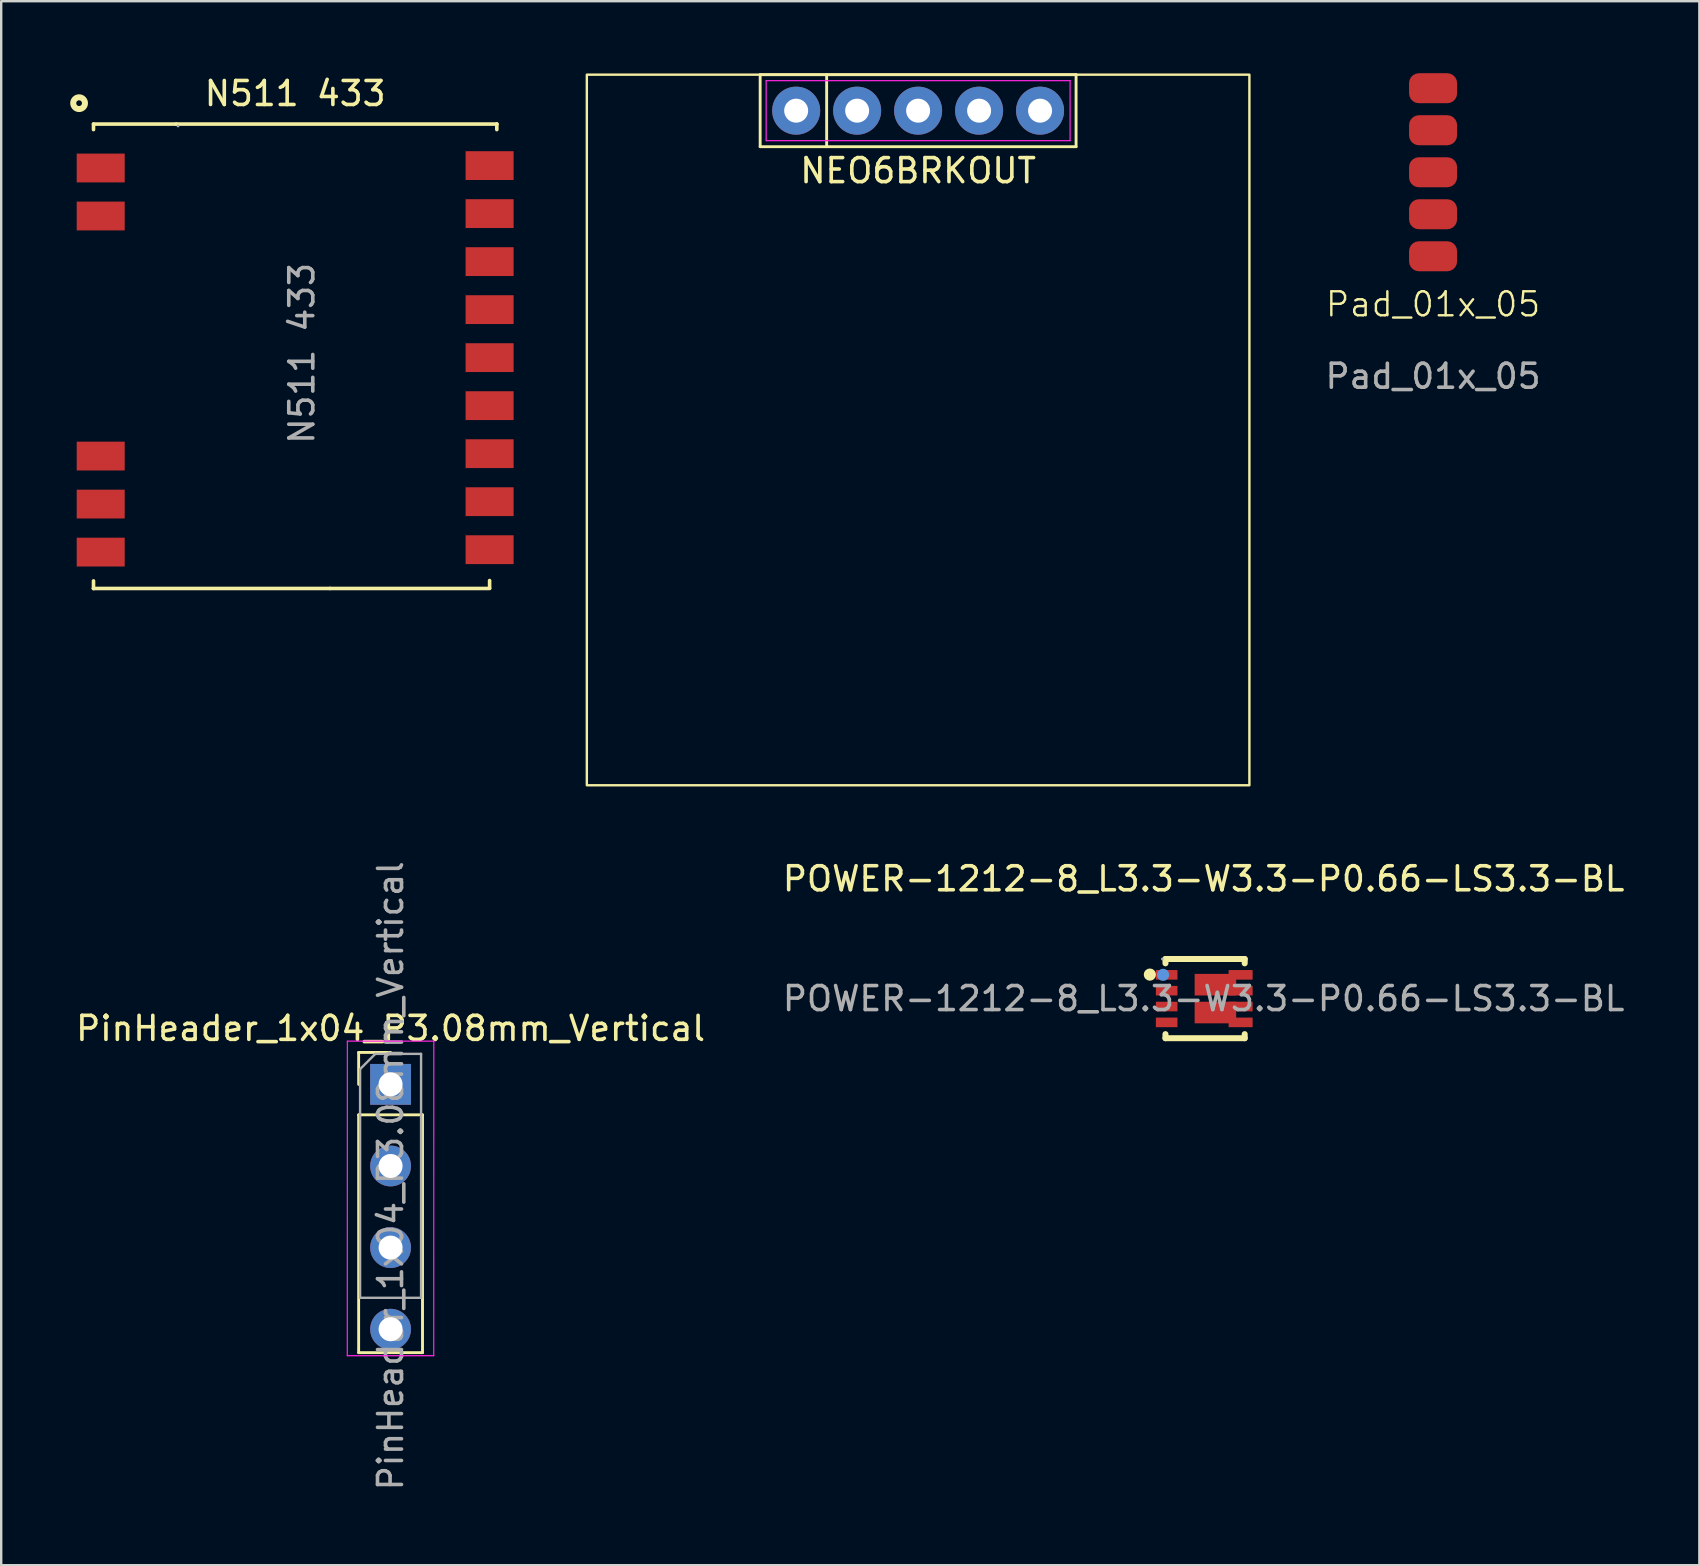
<source format=kicad_pcb>
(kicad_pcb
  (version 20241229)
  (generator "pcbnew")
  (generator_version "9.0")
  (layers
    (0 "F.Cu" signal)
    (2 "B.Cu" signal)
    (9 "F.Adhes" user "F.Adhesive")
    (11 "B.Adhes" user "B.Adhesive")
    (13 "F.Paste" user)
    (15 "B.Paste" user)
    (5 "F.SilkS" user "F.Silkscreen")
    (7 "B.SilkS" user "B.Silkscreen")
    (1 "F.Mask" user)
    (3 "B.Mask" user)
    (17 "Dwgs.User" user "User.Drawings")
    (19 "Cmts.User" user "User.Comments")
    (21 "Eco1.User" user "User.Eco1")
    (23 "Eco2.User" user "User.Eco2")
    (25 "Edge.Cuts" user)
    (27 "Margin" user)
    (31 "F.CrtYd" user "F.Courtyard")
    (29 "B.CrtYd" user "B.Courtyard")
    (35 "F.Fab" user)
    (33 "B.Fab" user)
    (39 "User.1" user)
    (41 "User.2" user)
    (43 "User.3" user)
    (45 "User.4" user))
  (footprint "PinHeader_1x04_P3.08mm_Vertical"
    (layer "F.Cu")
    (at 13.22 42.12)
    (property "Reference" "PinHeader_1x04_P3.08mm_Vertical" (at 0 -2.33 0) (layer "F.SilkS") (effects (font (size 1 1) (thickness 0.15))))
    (attr through_hole)
    (fp_line (start -1.33 -1.33) (end 0 -1.33) (stroke (width 0.12) (type solid)) (layer "F.SilkS"))
    (fp_line (start -1.33 0) (end -1.33 -1.33) (stroke (width 0.12) (type solid)) (layer "F.SilkS"))
    (fp_line (start -1.33 1.27) (end -1.33 11.176) (stroke (width 0.12) (type solid)) (layer "F.SilkS"))
    (fp_line (start -1.33 1.27) (end 1.33 1.27) (stroke (width 0.12) (type solid)) (layer "F.SilkS"))
    (fp_line (start -1.33 11.176) (end 1.33 11.176) (stroke (width 0.12) (type solid)) (layer "F.SilkS"))
    (fp_line (start 1.33 1.27) (end 1.33 11.176) (stroke (width 0.12) (type solid)) (layer "F.SilkS"))
    (fp_line (start -1.803 11.303) (end 1.797 11.303) (stroke (width 0.05) (type solid)) (layer "F.CrtYd"))
    (fp_line (start -1.8 -1.8) (end -1.803 11.303) (stroke (width 0.05) (type solid)) (layer "F.CrtYd"))
    (fp_line (start 1.797 11.303) (end 1.8 -1.8) (stroke (width 0.05) (type solid)) (layer "F.CrtYd"))
    (fp_line (start 1.8 -1.8) (end -1.8 -1.8) (stroke (width 0.05) (type solid)) (layer "F.CrtYd"))
    (fp_line (start -1.27 -0.635) (end -0.635 -1.27) (stroke (width 0.1) (type solid)) (layer "F.Fab"))
    (fp_line (start -1.27 8.89) (end -1.27 -0.635) (stroke (width 0.1) (type solid)) (layer "F.Fab"))
    (fp_line (start -0.635 -1.27) (end 1.27 -1.27) (stroke (width 0.1) (type solid)) (layer "F.Fab"))
    (fp_line (start 1.27 -1.27) (end 1.27 8.89) (stroke (width 0.1) (type solid)) (layer "F.Fab"))
    (fp_line (start 1.27 8.89) (end -1.27 8.89) (stroke (width 0.1) (type solid)) (layer "F.Fab"))
    (fp_text user "${REFERENCE}" (at 0 3.81 90) (layer "F.Fab") (effects (font (size 1 1) (thickness 0.15))))
    (pad "1" thru_hole rect (at 0 0) (size 1.7 1.7) (drill 1) (layers "*.Cu" "*.Mask"))
    (pad "2" thru_hole oval (at 0 3.4) (size 1.7 1.7) (drill 1) (layers "*.Cu" "*.Mask"))
    (pad "3" thru_hole oval (at 0 6.8) (size 1.7 1.7) (drill 1) (layers "*.Cu" "*.Mask"))
    (pad "4" thru_hole oval (at 0 10.2) (size 1.7 1.7) (drill 1) (layers "*.Cu" "*.Mask")))
  (footprint "Pad_01x_05"
    (layer "F.Cu")
    (at 56.646 10.125)
    (property "Reference" "Pad_01x_05" (at 0 -0.5 0) (unlocked yes) (layer "F.SilkS") (effects (font (size 1 1) (thickness 0.1))))
    (attr smd)
    (fp_text user "${REFERENCE}" (at 0 2.5 0) (unlocked yes) (layer "F.Fab") (effects (font (size 1 1) (thickness 0.15))))
    (pad "1" smd roundrect (at 0 -2.5) (size 2 1.25) (layers "F.Cu" "F.Mask" "F.Paste") (roundrect_rratio 0.328))
    (pad "2" smd roundrect (at 0 -4.25) (size 2 1.25) (layers "F.Cu" "F.Mask" "F.Paste") (roundrect_rratio 0.328))
    (pad "3" smd roundrect (at 0 -6) (size 2 1.25) (layers "F.Cu" "F.Mask" "F.Paste") (roundrect_rratio 0.328))
    (pad "4" smd roundrect (at 0 -7.75) (size 2 1.25) (layers "F.Cu" "F.Mask" "F.Paste") (roundrect_rratio 0.328))
    (pad "5" smd roundrect (at 0 -9.5) (size 2 1.25) (layers "F.Cu" "F.Mask" "F.Paste") (roundrect_rratio 0.328)))
  (footprint "POWER-1212-8_L3.3-W3.3-P0.66-LS3.3-BL"
    (layer "F.Cu")
    (at 47.089 38.548)
    (property "Reference" "POWER-1212-8_L3.3-W3.3-P0.66-LS3.3-BL" (at 0 -4.99 0) (layer "F.SilkS") (effects (font (size 1 1) (thickness 0.15))))
    (attr smd)
    (fp_line (start -1.59 -1.65) (end -1.59 -1.47) (stroke (width 0.25) (type solid)) (layer "F.SilkS"))
    (fp_line (start -1.59 -1.65) (end 1.71 -1.65) (stroke (width 0.25) (type solid)) (layer "F.SilkS"))
    (fp_line (start -1.59 1.48) (end -1.59 1.65) (stroke (width 0.25) (type solid)) (layer "F.SilkS"))
    (fp_line (start -1.59 1.65) (end 1.71 1.65) (stroke (width 0.25) (type solid)) (layer "F.SilkS"))
    (fp_line (start 1.71 -1.65) (end 1.71 -1.47) (stroke (width 0.25) (type solid)) (layer "F.SilkS"))
    (fp_line (start 1.71 1.48) (end 1.71 1.65) (stroke (width 0.25) (type solid)) (layer "F.SilkS"))
    (fp_circle (center -2.24 -1) (end -2.11 -1) (stroke (width 0.25) (type solid)) (fill no) (layer "F.SilkS"))
    (fp_circle (center -1.69 -0.99) (end -1.56 -0.99) (stroke (width 0.25) (type solid)) (fill no) (layer "Cmts.User"))
    (fp_circle (center -1.72 -1.65) (end -1.69 -1.65) (stroke (width 0.06) (type solid)) (fill no) (layer "F.Fab"))
    (fp_text user "${REFERENCE}" (at 0 0 0) (layer "F.Fab") (effects (font (size 1 1) (thickness 0.15))))
    (pad "1" smd rect (at -1.54 -0.99) (size 0.9 0.4) (layers "F.Cu" "F.Mask" "F.Paste"))
    (pad "2" smd rect (at -1.54 -0.33) (size 0.9 0.4) (layers "F.Cu" "F.Mask" "F.Paste"))
    (pad "3" smd rect (at -1.54 0.33) (size 0.9 0.4) (layers "F.Cu" "F.Mask" "F.Paste"))
    (pad "4" smd rect (at -1.54 0.99) (size 0.9 0.4) (layers "F.Cu" "F.Mask" "F.Paste"))
    (pad "5" smd rect (at 1.54 0.99) (size 1 0.4) (layers "F.Cu" "F.Mask" "F.Paste"))
    (pad "6" smd rect (at 0.49 0.58) (size 1.73 0.9) (layers "F.Cu" "F.Mask" "F.Paste"))
    (pad "6" smd rect (at 1.54 0.33) (size 1 0.4) (layers "F.Cu" "F.Mask" "F.Paste"))
    (pad "7" smd rect (at 1.54 -0.33) (size 1 0.4) (layers "F.Cu" "F.Mask" "F.Paste"))
    (pad "8" smd rect (at 0.49 -0.58) (size 1.73 0.9) (layers "F.Cu" "F.Mask" "F.Paste"))
    (pad "8" smd rect (at 1.54 -0.99) (size 1 0.4) (layers "F.Cu" "F.Mask" "F.Paste")))
  (footprint "NEO6BRKOUT"
    (layer "F.Cu")
    (at 35.195 1.56)
    (property "Reference" "NEO6BRKOUT" (at 0 2.5 0) (unlocked yes) (layer "F.SilkS") (effects (font (size 1 1) (thickness 0.15))))
    (attr through_hole)
    (fp_line (start -6.58 -1.5) (end 6.58 -1.5) (stroke (width 0.12) (type default)) (layer "F.SilkS"))
    (fp_line (start -6.58 1.5) (end -6.58 -1.5) (stroke (width 0.12) (type default)) (layer "F.SilkS"))
    (fp_line (start -3.81 -1.5) (end -3.81 1.5) (stroke (width 0.12) (type default)) (layer "F.SilkS"))
    (fp_line (start 6.58 -1.5) (end 6.58 1.5) (stroke (width 0.12) (type default)) (layer "F.SilkS"))
    (fp_line (start 6.58 1.5) (end -6.58 1.5) (stroke (width 0.12) (type default)) (layer "F.SilkS"))
    (fp_rect (start -13.8 -1.5) (end 13.8 28.1) (stroke (width 0.1) (type default)) (fill no) (layer "F.SilkS"))
    (fp_line (start -6.33 -1.25) (end 6.33 -1.25) (stroke (width 0.05) (type default)) (layer "F.CrtYd"))
    (fp_line (start -6.33 1.25) (end -6.33 -1.25) (stroke (width 0.05) (type default)) (layer "F.CrtYd"))
    (fp_line (start 6.33 -1.25) (end 6.33 1.25) (stroke (width 0.05) (type default)) (layer "F.CrtYd"))
    (fp_line (start 6.33 1.25) (end -6.33 1.25) (stroke (width 0.05) (type default)) (layer "F.CrtYd"))
    (pad "1" thru_hole circle (at -5.08 0) (size 2 2) (drill 1) (layers "*.Cu" "*.Mask"))
    (pad "2" thru_hole circle (at -2.54 0) (size 2 2) (drill 1) (layers "*.Cu" "*.Mask"))
    (pad "3" thru_hole circle (at 0 0) (size 2 2) (drill 1) (layers "*.Cu" "*.Mask"))
    (pad "4" thru_hole circle (at 2.54 0) (size 2 2) (drill 1) (layers "*.Cu" "*.Mask"))
    (pad "5" thru_hole circle (at 5.08 0) (size 2 2) (drill 1) (layers "*.Cu" "*.Mask")))
  (footprint "N511 433"
    (layer "F.Cu")
    (at 9.245 11.948)
    (property "Reference" "N511 433" (at 0 -11.1 0) (layer "F.SilkS") (effects (font (size 1 1) (thickness 0.15))))
    (attr smd)
    (fp_line (start -8.4 -9.83) (end 8.4 -9.83) (stroke (width 0.15) (type solid)) (layer "F.SilkS"))
    (fp_line (start -8.4 -9.6) (end -8.4 -9.83) (stroke (width 0.15) (type solid)) (layer "F.SilkS"))
    (fp_line (start -8.4 9.2) (end -8.4 9.515) (stroke (width 0.15) (type solid)) (layer "F.SilkS"))
    (fp_line (start -8.4 9.515) (end -8.4 9.515) (stroke (width 0.15) (type solid)) (layer "F.SilkS"))
    (fp_line (start -8.4 9.515) (end 8.1 9.515) (stroke (width 0.15) (type solid)) (layer "F.SilkS"))
    (fp_line (start -4.95 -9.83) (end -4.95 -9.83) (stroke (width 0.15) (type solid)) (layer "F.SilkS"))
    (fp_line (start 1.45 9.515) (end 1.45 9.515) (stroke (width 0.15) (type solid)) (layer "F.SilkS"))
    (fp_line (start 8.1 9.5) (end 8.1 9.185) (stroke (width 0.15) (type solid)) (layer "F.SilkS"))
    (fp_line (start 8.4 -9.83) (end 8.4 -9.83) (stroke (width 0.15) (type solid)) (layer "F.SilkS"))
    (fp_line (start 8.4 -9.83) (end 8.4 -9.6) (stroke (width 0.15) (type solid)) (layer "F.SilkS"))
    (fp_circle (center -9 -10.7) (end -9 -10.82) (stroke (width 0.25) (type solid)) (fill no) (layer "F.SilkS"))
    (fp_circle (center -4.88 -9.75) (end -4.88 -9.78) (stroke (width 0.06) (type solid)) (fill no) (layer "F.Fab"))
    (fp_text user "${REFERENCE}" (at 0.279 -0.279 90) (layer "F.Fab") (effects (font (size 1 1) (thickness 0.15))))
    (pad "1" smd rect (at -8.1 -8 270) (size 1.2 2) (layers "F.Cu" "F.Mask" "F.Paste"))
    (pad "2" smd rect (at -8.1 -6 270) (size 1.2 2) (layers "F.Cu" "F.Mask" "F.Paste"))
    (pad "3" smd rect (at -8.1 4 270) (size 1.2 2) (layers "F.Cu" "F.Mask" "F.Paste"))
    (pad "4" smd rect (at -8.1 6 270) (size 1.2 2) (layers "F.Cu" "F.Mask" "F.Paste"))
    (pad "5" smd rect (at -8.1 8 270) (size 1.2 2) (layers "F.Cu" "F.Mask" "F.Paste"))
    (pad "6" smd rect (at 8.1 7.9 270) (size 1.2 2) (layers "F.Cu" "F.Mask" "F.Paste"))
    (pad "7" smd rect (at 8.1 5.9 270) (size 1.2 2) (layers "F.Cu" "F.Mask" "F.Paste"))
    (pad "8" smd rect (at 8.1 3.9 270) (size 1.2 2) (layers "F.Cu" "F.Mask" "F.Paste"))
    (pad "9" smd rect (at 8.1 1.9 270) (size 1.2 2) (layers "F.Cu" "F.Mask" "F.Paste"))
    (pad "10" smd rect (at 8.1 -0.1 270) (size 1.2 2) (layers "F.Cu" "F.Mask" "F.Paste"))
    (pad "11" smd rect (at 8.1 -2.1 270) (size 1.2 2) (layers "F.Cu" "F.Mask" "F.Paste"))
    (pad "12" smd rect (at 8.1 -4.1 270) (size 1.2 2) (layers "F.Cu" "F.Mask" "F.Paste"))
    (pad "13" smd rect (at 8.1 -6.1 270) (size 1.2 2) (layers "F.Cu" "F.Mask" "F.Paste"))
    (pad "14" smd rect (at 8.1 -8.1 270) (size 1.2 2) (layers "F.Cu" "F.Mask" "F.Paste")))
  (gr_rect
    (start -3 -3)
    (end 67.738 62.15)
    (stroke (width 0.1) (type default))
    (fill no)
    (layer "Edge.Cuts")))
</source>
